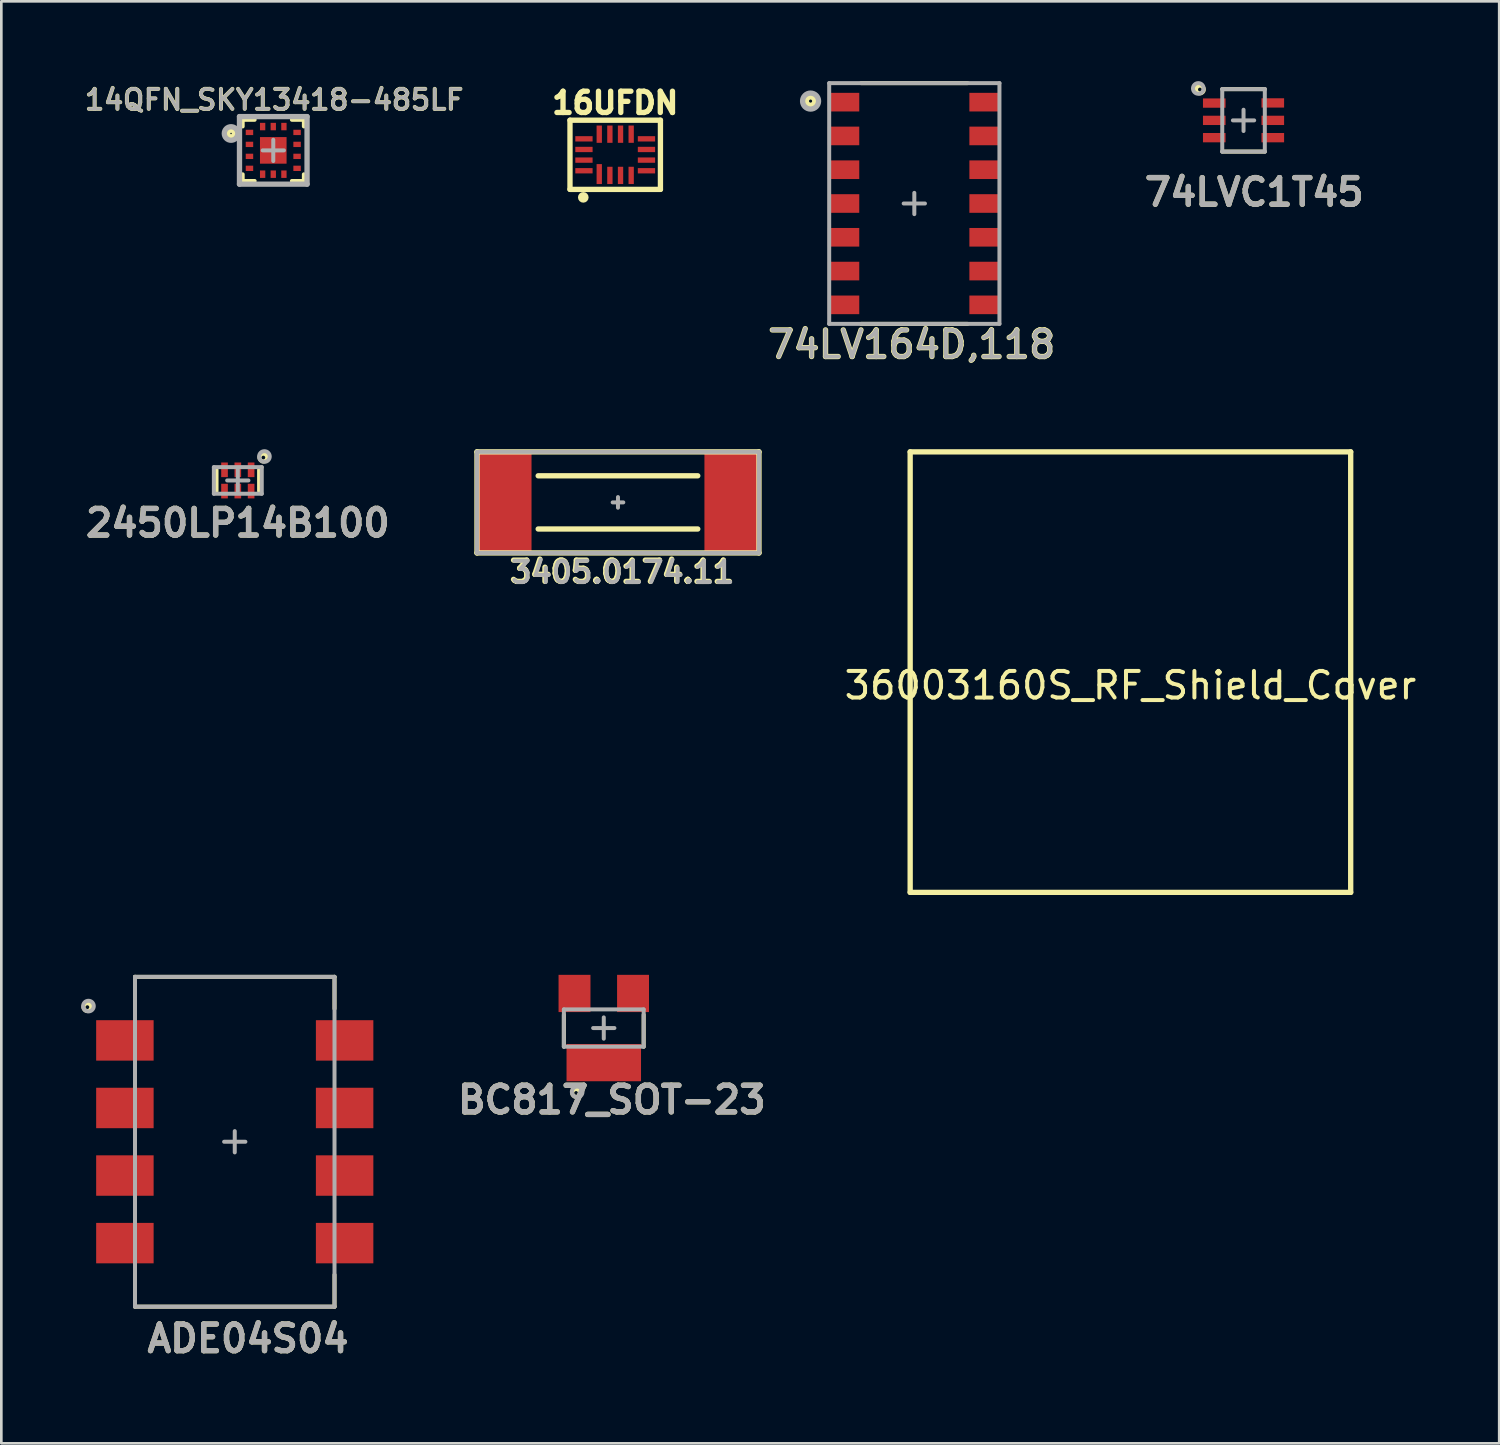
<source format=kicad_pcb>
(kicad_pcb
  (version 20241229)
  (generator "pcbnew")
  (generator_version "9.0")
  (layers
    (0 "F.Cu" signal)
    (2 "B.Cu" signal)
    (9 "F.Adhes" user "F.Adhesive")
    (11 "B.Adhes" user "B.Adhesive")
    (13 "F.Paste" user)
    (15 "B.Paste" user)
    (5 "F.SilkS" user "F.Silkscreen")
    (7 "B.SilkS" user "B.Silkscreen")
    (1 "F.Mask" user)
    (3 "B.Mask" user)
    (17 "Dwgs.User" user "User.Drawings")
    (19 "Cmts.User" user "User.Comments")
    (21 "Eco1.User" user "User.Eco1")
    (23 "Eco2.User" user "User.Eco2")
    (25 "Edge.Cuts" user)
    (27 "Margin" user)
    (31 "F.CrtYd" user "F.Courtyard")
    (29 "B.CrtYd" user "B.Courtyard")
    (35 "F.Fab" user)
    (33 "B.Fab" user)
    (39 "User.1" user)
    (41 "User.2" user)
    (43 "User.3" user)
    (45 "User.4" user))
  (footprint "16UFDN"
    (layer "F.Cu")
    (at 20.077 2.769)
    (property "Reference" "16UFDN" (at 0 -1.95 0) (layer "F.SilkS") (effects (font (size 0.8 0.8) (thickness 0.2))))
    (attr smd)
    (fp_line (start -1.7 -1.3) (end -1.7 1.3) (stroke (width 0.2) (type solid)) (layer "F.SilkS"))
    (fp_line (start -1.7 1.3) (end 1.7 1.3) (stroke (width 0.2) (type solid)) (layer "F.SilkS"))
    (fp_line (start 1.7 -1.3) (end -1.7 -1.3) (stroke (width 0.2) (type solid)) (layer "F.SilkS"))
    (fp_line (start 1.7 1.3) (end 1.7 -1.3) (stroke (width 0.2) (type solid)) (layer "F.SilkS"))
    (fp_circle (center -1.2 1.6) (end -1.2 1.7) (stroke (width 0.2) (type solid)) (fill no) (layer "F.SilkS"))
    (pad "1" smd rect (at -0.6 0.725) (size 0.2 0.75) (layers "F.Cu" "F.Mask" "F.Paste"))
    (pad "2" smd rect (at -0.2 0.775) (size 0.2 0.65) (layers "F.Cu" "F.Mask" "F.Paste"))
    (pad "3" smd rect (at 0.2 0.775) (size 0.2 0.65) (layers "F.Cu" "F.Mask" "F.Paste"))
    (pad "4" smd rect (at 0.6 0.775) (size 0.2 0.65) (layers "F.Cu" "F.Mask" "F.Paste"))
    (pad "5" smd rect (at 1.175 0.6) (size 0.65 0.2) (layers "F.Cu" "F.Mask" "F.Paste"))
    (pad "6" smd rect (at 1.175 0.2) (size 0.65 0.2) (layers "F.Cu" "F.Mask" "F.Paste"))
    (pad "7" smd rect (at 1.175 -0.2) (size 0.65 0.2) (layers "F.Cu" "F.Mask" "F.Paste"))
    (pad "8" smd rect (at 1.175 -0.6) (size 0.65 0.2) (layers "F.Cu" "F.Mask" "F.Paste"))
    (pad "9" smd rect (at 0.6 -0.775) (size 0.2 0.65) (layers "F.Cu" "F.Mask" "F.Paste"))
    (pad "10" smd rect (at 0.2 -0.775) (size 0.2 0.65) (layers "F.Cu" "F.Mask" "F.Paste"))
    (pad "11" smd rect (at -0.2 -0.775) (size 0.2 0.65) (layers "F.Cu" "F.Mask" "F.Paste"))
    (pad "12" smd rect (at -0.6 -0.775) (size 0.2 0.65) (layers "F.Cu" "F.Mask" "F.Paste"))
    (pad "13" smd rect (at -1.175 -0.6) (size 0.65 0.2) (layers "F.Cu" "F.Mask" "F.Paste"))
    (pad "14" smd rect (at -1.175 -0.2) (size 0.65 0.2) (layers "F.Cu" "F.Mask" "F.Paste"))
    (pad "15" smd rect (at -1.175 0.2) (size 0.65 0.2) (layers "F.Cu" "F.Mask" "F.Paste"))
    (pad "16" smd rect (at -1.175 0.6) (size 0.65 0.2) (layers "F.Cu" "F.Mask" "F.Paste")))
  (footprint "74LVC1T45"
    (layer "F.Cu")
    (at 43.697 1.475)
    (property "Reference" "74LVC1T45" (at 0.4 2.7 0) (layer "F.SilkS") (effects (font (size 1 1) (thickness 0.2))))
    (attr through_hole)
    (fp_line (start -0.8 -1.175) (end 0.8 -1.175) (stroke (width 0.15) (type solid)) (layer "F.SilkS"))
    (fp_line (start -0.8 1.175) (end 0.8 1.175) (stroke (width 0.15) (type solid)) (layer "F.SilkS"))
    (fp_circle (center -1.64 -1.16) (end -1.533 -1.06) (stroke (width 0.152) (type solid)) (fill no) (layer "F.SilkS"))
    (fp_line (start -0.8 -1.175) (end -0.8 1.175) (stroke (width 0.15) (type solid)) (layer "F.Fab"))
    (fp_line (start -0.8 -1.175) (end 0.8 -1.175) (stroke (width 0.15) (type solid)) (layer "F.Fab"))
    (fp_line (start -0.8 1.175) (end 0.8 1.175) (stroke (width 0.15) (type solid)) (layer "F.Fab"))
    (fp_line (start -0.4 0) (end 0.4 0) (stroke (width 0.15) (type solid)) (layer "F.Fab"))
    (fp_line (start 0 -0.4) (end 0 0.4) (stroke (width 0.15) (type solid)) (layer "F.Fab"))
    (fp_line (start 0.8 -1.175) (end 0.8 1.175) (stroke (width 0.15) (type solid)) (layer "F.Fab"))
    (fp_circle (center -1.7 -1.2) (end -1.5 -1.2) (stroke (width 0.15) (type solid)) (fill no) (layer "F.Fab"))
    (fp_text user "${REFERENCE}" (at 0.4 2.7 0) (layer "F.Fab") (effects (font (size 1 1) (thickness 0.2))))
    (pad "1" smd rect (at -1.1 -0.65) (size 0.85 0.35) (layers "F.Cu" "F.Mask" "F.Paste"))
    (pad "2" smd rect (at -1.1 0) (size 0.85 0.35) (layers "F.Cu" "F.Mask" "F.Paste"))
    (pad "3" smd rect (at -1.1 0.65) (size 0.85 0.35) (layers "F.Cu" "F.Mask" "F.Paste"))
    (pad "4" smd rect (at 1.1 0.65) (size 0.85 0.35) (layers "F.Cu" "F.Mask" "F.Paste"))
    (pad "5" smd rect (at 1.1 0) (size 0.85 0.35) (layers "F.Cu" "F.Mask" "F.Paste"))
    (pad "6" smd rect (at 1.1 -0.656) (size 0.85 0.35) (layers "F.Cu" "F.Mask" "F.Paste")))
  (footprint "36003160S_RF_Shield_Cover"
    (layer "F.Cu")
    (at 39.445 22.216)
    (property "Reference" "36003160S_RF_Shield_Cover" (at 0 0.5 0) (layer "F.SilkS") (effects (font (size 1 1) (thickness 0.15))))
    (attr through_hole)
    (fp_line (start -8.28 -8.28) (end -8.28 8.28) (stroke (width 0.2) (type solid)) (layer "F.SilkS"))
    (fp_line (start -8.28 -8.28) (end 8.28 -8.28) (stroke (width 0.2) (type solid)) (layer "F.SilkS"))
    (fp_line (start -8.28 8.28) (end 8.28 8.28) (stroke (width 0.2) (type solid)) (layer "F.SilkS"))
    (fp_line (start 8.28 -8.28) (end 8.28 8.28) (stroke (width 0.2) (type solid)) (layer "F.SilkS")))
  (footprint "ADE04S04"
    (layer "F.Cu")
    (at 5.775 39.871)
    (property "Reference" "ADE04S04" (at 0.5 7.4 0) (layer "F.SilkS") (effects (font (size 1 1) (thickness 0.2))))
    (attr through_hole)
    (fp_line (start -3.75 -6.2) (end -3.75 -5) (stroke (width 0.15) (type solid)) (layer "F.SilkS"))
    (fp_line (start -3.75 5) (end -3.75 6.2) (stroke (width 0.15) (type solid)) (layer "F.SilkS"))
    (fp_line (start 3.75 -6.2) (end -3.75 -6.2) (stroke (width 0.15) (type solid)) (layer "F.SilkS"))
    (fp_line (start 3.75 -6.2) (end 3.75 -5) (stroke (width 0.15) (type solid)) (layer "F.SilkS"))
    (fp_line (start 3.75 5) (end 3.75 6.2) (stroke (width 0.15) (type solid)) (layer "F.SilkS"))
    (fp_line (start 3.75 6.2) (end -3.75 6.2) (stroke (width 0.15) (type solid)) (layer "F.SilkS"))
    (fp_circle (center -5.54 -5.06) (end -5.433 -4.96) (stroke (width 0.152) (type solid)) (fill no) (layer "F.SilkS"))
    (fp_line (start -3.75 -6.2) (end -3.75 6.2) (stroke (width 0.15) (type solid)) (layer "F.Fab"))
    (fp_line (start -0.4 0) (end 0.4 0) (stroke (width 0.15) (type solid)) (layer "F.Fab"))
    (fp_line (start 0 -0.4) (end 0 0.4) (stroke (width 0.15) (type solid)) (layer "F.Fab"))
    (fp_line (start 3.75 -6.2) (end -3.75 -6.2) (stroke (width 0.15) (type solid)) (layer "F.Fab"))
    (fp_line (start 3.75 -6.2) (end 3.75 6.2) (stroke (width 0.15) (type solid)) (layer "F.Fab"))
    (fp_line (start 3.75 6.2) (end -3.75 6.2) (stroke (width 0.15) (type solid)) (layer "F.Fab"))
    (fp_circle (center -5.5 -5.1) (end -5.3 -5.1) (stroke (width 0.15) (type solid)) (fill no) (layer "F.Fab"))
    (fp_text user "${REFERENCE}" (at 0.5 7.4 0) (layer "F.Fab") (effects (font (size 1 1) (thickness 0.2))))
    (pad "1" smd rect (at -4.13 -3.81) (size 2.16 1.52) (layers "F.Cu" "F.Mask" "F.Paste"))
    (pad "2" smd rect (at -4.13 -1.27) (size 2.16 1.52) (layers "F.Cu" "F.Mask" "F.Paste"))
    (pad "3" smd rect (at -4.13 1.27) (size 2.16 1.52) (layers "F.Cu" "F.Mask" "F.Paste"))
    (pad "4" smd rect (at -4.13 3.81) (size 2.16 1.52) (layers "F.Cu" "F.Mask" "F.Paste"))
    (pad "5" smd rect (at 4.13 3.81) (size 2.16 1.52) (layers "F.Cu" "F.Mask" "F.Paste"))
    (pad "6" smd rect (at 4.13 1.27) (size 2.16 1.52) (layers "F.Cu" "F.Mask" "F.Paste"))
    (pad "7" smd rect (at 4.13 -1.27) (size 2.16 1.52) (layers "F.Cu" "F.Mask" "F.Paste"))
    (pad "8" smd rect (at 4.13 -3.81) (size 2.16 1.52) (layers "F.Cu" "F.Mask" "F.Paste")))
  (footprint "3405.0174.11"
    (layer "F.Cu")
    (at 20.181 15.836)
    (property "Reference" "3405.0174.11" (at 0.15 2.61 0) (layer "F.SilkS") (effects (font (size 0.8 0.8) (thickness 0.2))))
    (attr smd)
    (fp_line (start -5.3 -1.9) (end -5.3 1.9) (stroke (width 0.2) (type solid)) (layer "F.SilkS"))
    (fp_line (start -5.3 -1.9) (end 5.3 -1.9) (stroke (width 0.201) (type solid)) (layer "F.SilkS"))
    (fp_line (start -3 1) (end 3 1) (stroke (width 0.2) (type solid)) (layer "F.SilkS"))
    (fp_line (start 3 -1) (end -3 -1) (stroke (width 0.2) (type solid)) (layer "F.SilkS"))
    (fp_line (start 5.3 -1.9) (end 5.3 1.9) (stroke (width 0.2) (type solid)) (layer "F.SilkS"))
    (fp_line (start 5.3 1.9) (end -5.3 1.9) (stroke (width 0.201) (type solid)) (layer "F.SilkS"))
    (fp_line (start -5.3 -1.9) (end 5.3 -1.9) (stroke (width 0.15) (type solid)) (layer "F.Fab"))
    (fp_line (start -5.3 1.9) (end -5.3 -1.9) (stroke (width 0.15) (type solid)) (layer "F.Fab"))
    (fp_line (start -0.2 0) (end 0.2 0) (stroke (width 0.15) (type solid)) (layer "F.Fab"))
    (fp_line (start 0 -0.2) (end 0 0.2) (stroke (width 0.15) (type solid)) (layer "F.Fab"))
    (fp_line (start 5.3 1.9) (end -5.3 1.9) (stroke (width 0.15) (type solid)) (layer "F.Fab"))
    (fp_line (start 5.3 1.9) (end 5.3 -1.9) (stroke (width 0.15) (type solid)) (layer "F.Fab"))
    (fp_text user "${REFERENCE}" (at 0.18 2.63 0) (layer "F.Fab") (effects (font (size 0.8 0.8) (thickness 0.15))))
    (pad "1" smd rect (at -4.25 0) (size 2 3.75) (layers "F.Cu" "F.Mask" "F.Paste"))
    (pad "2" smd rect (at 4.25 0) (size 2 3.75) (layers "F.Cu" "F.Mask" "F.Paste")))
  (footprint "BC817_SOT-23"
    (layer "F.Cu")
    (at 19.647 35.596)
    (property "Reference" "BC817_SOT-23" (at 0.3 2.7 0) (layer "F.SilkS") (effects (font (size 1 1) (thickness 0.2))))
    (attr through_hole)
    (fp_line (start -1.5 0.7) (end -1.5 -0.5) (stroke (width 0.15) (type solid)) (layer "F.SilkS"))
    (fp_line (start 1.5 0.7) (end 1.5 -0.5) (stroke (width 0.15) (type solid)) (layer "F.SilkS"))
    (fp_circle (center -1.04 2.44) (end -0.933 2.54) (stroke (width 0.152) (type solid)) (fill no) (layer "F.SilkS"))
    (fp_line (start -1.5 -0.7) (end -1.5 0.7) (stroke (width 0.15) (type solid)) (layer "F.Fab"))
    (fp_line (start -1.5 -0.7) (end 1.5 -0.7) (stroke (width 0.15) (type solid)) (layer "F.Fab"))
    (fp_line (start -1.5 0.7) (end 1.5 0.7) (stroke (width 0.15) (type solid)) (layer "F.Fab"))
    (fp_line (start -0.4 0) (end 0.4 0) (stroke (width 0.15) (type solid)) (layer "F.Fab"))
    (fp_line (start 0 -0.4) (end 0 0.4) (stroke (width 0.15) (type solid)) (layer "F.Fab"))
    (fp_line (start 1.5 -0.7) (end 1.5 0.7) (stroke (width 0.15) (type solid)) (layer "F.Fab"))
    (fp_circle (center -1 2.4) (end -0.8 2.4) (stroke (width 0.15) (type solid)) (fill no) (layer "F.Fab"))
    (fp_text user "${REFERENCE}" (at 0.3 2.7 0) (layer "F.Fab") (effects (font (size 1 1) (thickness 0.2))))
    (pad "1" smd rect (at 1.1 -1.3) (size 1.2 1.4) (layers "F.Cu" "F.Mask" "F.Paste"))
    (pad "2" smd rect (at -1.1 -1.3) (size 1.2 1.4) (layers "F.Cu" "F.Mask" "F.Paste"))
    (pad "3" smd rect (at 0 1.3) (size 2.8 1.4) (layers "F.Cu" "F.Mask" "F.Paste")))
  (footprint "74LV164D,118"
    (layer "F.Cu")
    (at 31.321 4.6)
    (property "Reference" "74LV164D,118" (at -0.1 5.3 0) (layer "F.SilkS") (effects (font (size 1 1) (thickness 0.2))))
    (attr through_hole)
    (fp_line (start -2 -4.525) (end 2 -4.525) (stroke (width 0.15) (type solid)) (layer "F.SilkS"))
    (fp_line (start -2 4.525) (end 2 4.525) (stroke (width 0.15) (type solid)) (layer "F.SilkS"))
    (fp_circle (center -3.9 -3.85) (end -3.75 -3.8) (stroke (width 0.2) (type solid)) (fill no) (layer "F.SilkS"))
    (fp_line (start -3.2 -4.525) (end -3.2 4.525) (stroke (width 0.15) (type solid)) (layer "F.Fab"))
    (fp_line (start -3.2 -4.525) (end 3.2 -4.525) (stroke (width 0.15) (type solid)) (layer "F.Fab"))
    (fp_line (start -3.2 4.525) (end 3.2 4.525) (stroke (width 0.15) (type solid)) (layer "F.Fab"))
    (fp_line (start -0.4 0) (end 0.4 0) (stroke (width 0.15) (type solid)) (layer "F.Fab"))
    (fp_line (start 0 -0.4) (end 0 0.4) (stroke (width 0.15) (type solid)) (layer "F.Fab"))
    (fp_line (start 3.2 -4.525) (end 3.2 4.525) (stroke (width 0.15) (type solid)) (layer "F.Fab"))
    (fp_circle (center -3.9 -3.85) (end -3.6 -3.85) (stroke (width 0.2) (type solid)) (fill no) (layer "F.Fab"))
    (fp_text user "${REFERENCE}" (at -0.1 5.3 0) (layer "F.Fab") (effects (font (size 1 1) (thickness 0.15))))
    (pad "1" smd rect (at -2.66 -3.81) (size 1.18 0.7) (layers "F.Cu" "F.Mask" "F.Paste"))
    (pad "2" smd rect (at -2.66 -2.54) (size 1.18 0.7) (layers "F.Cu" "F.Mask" "F.Paste"))
    (pad "3" smd rect (at -2.66 -1.27) (size 1.18 0.7) (layers "F.Cu" "F.Mask" "F.Paste"))
    (pad "4" smd rect (at -2.66 0) (size 1.18 0.7) (layers "F.Cu" "F.Mask" "F.Paste"))
    (pad "5" smd rect (at -2.66 1.27) (size 1.18 0.7) (layers "F.Cu" "F.Mask" "F.Paste"))
    (pad "6" smd rect (at -2.66 2.54) (size 1.18 0.7) (layers "F.Cu" "F.Mask" "F.Paste"))
    (pad "7" smd rect (at -2.66 3.81) (size 1.18 0.7) (layers "F.Cu" "F.Mask" "F.Paste"))
    (pad "8" smd rect (at 2.66 3.81) (size 1.18 0.7) (layers "F.Cu" "F.Mask" "F.Paste"))
    (pad "9" smd rect (at 2.66 2.54) (size 1.18 0.7) (layers "F.Cu" "F.Mask" "F.Paste"))
    (pad "10" smd rect (at 2.66 1.27) (size 1.18 0.7) (layers "F.Cu" "F.Mask" "F.Paste"))
    (pad "11" smd rect (at 2.66 0) (size 1.18 0.7) (layers "F.Cu" "F.Mask" "F.Paste"))
    (pad "12" smd rect (at 2.66 -1.27) (size 1.18 0.7) (layers "F.Cu" "F.Mask" "F.Paste"))
    (pad "13" smd rect (at 2.66 -2.54) (size 1.18 0.7) (layers "F.Cu" "F.Mask" "F.Paste"))
    (pad "14" smd rect (at 2.66 -3.81) (size 1.18 0.7) (layers "F.Cu" "F.Mask" "F.Paste")))
  (footprint "14QFN_SKY13418-485LF"
    (layer "F.Cu")
    (at 7.223 2.603)
    (property "Reference" "14QFN_SKY13418-485LF" (at 0.034 -1.901 0) (layer "F.SilkS") (effects (font (size 0.75 0.75) (thickness 0.15))))
    (attr through_hole)
    (fp_line (start -1.15 -0.9) (end -1.15 -1.15) (stroke (width 0.15) (type solid)) (layer "F.SilkS"))
    (fp_line (start -1.15 0.9) (end -1.15 1.15) (stroke (width 0.15) (type solid)) (layer "F.SilkS"))
    (fp_line (start -0.7 -1.15) (end -1.15 -1.15) (stroke (width 0.15) (type solid)) (layer "F.SilkS"))
    (fp_line (start -0.7 1.15) (end -1.15 1.15) (stroke (width 0.15) (type solid)) (layer "F.SilkS"))
    (fp_line (start 1.15 -1.15) (end 0.7 -1.15) (stroke (width 0.15) (type solid)) (layer "F.SilkS"))
    (fp_line (start 1.15 -0.9) (end 1.15 -1.15) (stroke (width 0.15) (type solid)) (layer "F.SilkS"))
    (fp_line (start 1.15 0.9) (end 1.15 1.15) (stroke (width 0.15) (type solid)) (layer "F.SilkS"))
    (fp_line (start 1.15 1.15) (end 0.7 1.15) (stroke (width 0.15) (type solid)) (layer "F.SilkS"))
    (fp_circle (center -1.587 -0.635) (end -1.714 -0.635) (stroke (width 0.2) (type solid)) (fill no) (layer "F.SilkS"))
    (fp_line (start -1.27 -1.27) (end -1.27 1.27) (stroke (width 0.2) (type solid)) (layer "F.Fab"))
    (fp_line (start -1.27 1.27) (end 1.27 1.27) (stroke (width 0.2) (type solid)) (layer "F.Fab"))
    (fp_line (start -0.4 0) (end 0.4 0) (stroke (width 0.15) (type solid)) (layer "F.Fab"))
    (fp_line (start 0 -0.4) (end 0 0.4) (stroke (width 0.15) (type solid)) (layer "F.Fab"))
    (fp_line (start 1.27 -1.27) (end -1.27 -1.27) (stroke (width 0.2) (type solid)) (layer "F.Fab"))
    (fp_line (start 1.27 1.27) (end 1.27 -1.27) (stroke (width 0.2) (type solid)) (layer "F.Fab"))
    (fp_circle (center -1.587 -0.635) (end -1.841 -0.635) (stroke (width 0.2) (type solid)) (fill no) (layer "F.Fab"))
    (fp_text user "${REFERENCE}" (at 0.034 -1.901 0) (layer "F.Fab") (effects (font (size 0.75 0.75) (thickness 0.125))))
    (pad "1" smd rect (at -0.895 -0.675) (size 0.28 0.2) (layers "F.Cu" "F.Mask" "F.Paste"))
    (pad "2" smd rect (at -0.895 -0.225) (size 0.28 0.2) (layers "F.Cu" "F.Mask" "F.Paste"))
    (pad "3" smd rect (at -0.895 0.225) (size 0.28 0.2) (layers "F.Cu" "F.Mask" "F.Paste"))
    (pad "4" smd rect (at -0.895 0.675) (size 0.28 0.2) (layers "F.Cu" "F.Mask" "F.Paste"))
    (pad "5" smd rect (at -0.4 0.895) (size 0.2 0.28) (layers "F.Cu" "F.Mask" "F.Paste"))
    (pad "6" smd rect (at 0 0.895) (size 0.2 0.28) (layers "F.Cu" "F.Mask" "F.Paste"))
    (pad "7" smd rect (at 0.4 0.895) (size 0.2 0.28) (layers "F.Cu" "F.Mask" "F.Paste"))
    (pad "8" smd rect (at 0.895 0.675) (size 0.28 0.2) (layers "F.Cu" "F.Mask" "F.Paste"))
    (pad "9" smd rect (at 0.895 0.225) (size 0.28 0.2) (layers "F.Cu" "F.Mask" "F.Paste"))
    (pad "10" smd rect (at 0.895 -0.225) (size 0.28 0.2) (layers "F.Cu" "F.Mask" "F.Paste"))
    (pad "11" smd rect (at 0.895 -0.675) (size 0.28 0.2) (layers "F.Cu" "F.Mask" "F.Paste"))
    (pad "12" smd rect (at 0.4 -0.895) (size 0.2 0.28) (layers "F.Cu" "F.Mask" "F.Paste"))
    (pad "13" smd rect (at 0 -0.895) (size 0.2 0.28) (layers "F.Cu" "F.Mask" "F.Paste"))
    (pad "14" smd rect (at -0.4 -0.895) (size 0.2 0.28) (layers "F.Cu" "F.Mask" "F.Paste"))
    (pad "15" smd rect (at 0 0) (size 0.9 0.9) (layers "F.Cu" "F.Mask" "F.Paste"))
    (pad "15" smd rect (at 0 0) (size 1 1) (layers "F.Cu" "F.Mask")))
  (footprint "2450LP14B100"
    (layer "F.Cu")
    (at 5.89 15.011)
    (property "Reference" "2450LP14B100" (at 0 1.6 0) (layer "F.SilkS") (effects (font (size 1 1) (thickness 0.2))))
    (attr through_hole)
    (fp_line (start -0.8 0.4) (end -0.8 -0.4) (stroke (width 0.15) (type solid)) (layer "F.SilkS"))
    (fp_line (start 0.8 0.4) (end 0.8 -0.4) (stroke (width 0.15) (type solid)) (layer "F.SilkS"))
    (fp_circle (center 0.96 -0.86) (end 1.067 -0.76) (stroke (width 0.152) (type solid)) (fill no) (layer "F.SilkS"))
    (fp_line (start -0.9 -0.5) (end -0.9 0.5) (stroke (width 0.15) (type solid)) (layer "F.Fab"))
    (fp_line (start -0.4 0) (end 0.4 0) (stroke (width 0.15) (type solid)) (layer "F.Fab"))
    (fp_line (start 0 -0.4) (end 0 0.4) (stroke (width 0.15) (type solid)) (layer "F.Fab"))
    (fp_line (start 0.9 -0.5) (end -0.9 -0.5) (stroke (width 0.15) (type solid)) (layer "F.Fab"))
    (fp_line (start 0.9 -0.5) (end 0.9 0.5) (stroke (width 0.15) (type solid)) (layer "F.Fab"))
    (fp_line (start 0.9 0.5) (end -0.9 0.5) (stroke (width 0.15) (type solid)) (layer "F.Fab"))
    (fp_circle (center 1 -0.9) (end 1.2 -0.9) (stroke (width 0.15) (type solid)) (fill no) (layer "F.Fab"))
    (fp_text user "${REFERENCE}" (at 0 1.6 0) (layer "F.Fab") (effects (font (size 1 1) (thickness 0.2))))
    (pad "1" smd rect (at 0.5 -0.4) (size 0.25 0.55) (layers "F.Cu" "F.Mask" "F.Paste"))
    (pad "2" smd rect (at 0 -0.4) (size 0.25 0.55) (layers "F.Cu" "F.Mask" "F.Paste"))
    (pad "3" smd rect (at -0.5 -0.4) (size 0.25 0.55) (layers "F.Cu" "F.Mask" "F.Paste"))
    (pad "4" smd rect (at -0.5 0.4) (size 0.25 0.55) (layers "F.Cu" "F.Mask" "F.Paste"))
    (pad "5" smd rect (at 0 0.4) (size 0.25 0.55) (layers "F.Cu" "F.Mask" "F.Paste"))
    (pad "6" smd rect (at 0.5 0.4) (size 0.25 0.55) (layers "F.Cu" "F.Mask" "F.Paste")))
  (gr_rect
    (start -3 -3)
    (end 53.308 51.207)
    (stroke (width 0.1) (type default))
    (fill no)
    (layer "Edge.Cuts")))
</source>
